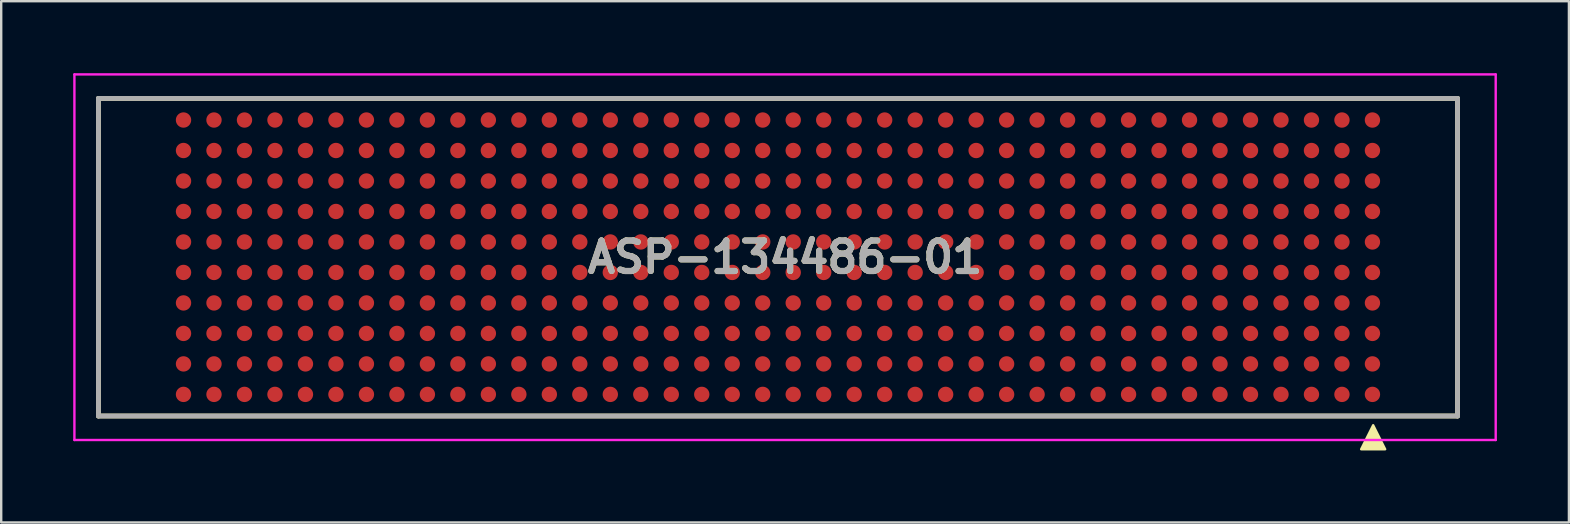
<source format=kicad_pcb>
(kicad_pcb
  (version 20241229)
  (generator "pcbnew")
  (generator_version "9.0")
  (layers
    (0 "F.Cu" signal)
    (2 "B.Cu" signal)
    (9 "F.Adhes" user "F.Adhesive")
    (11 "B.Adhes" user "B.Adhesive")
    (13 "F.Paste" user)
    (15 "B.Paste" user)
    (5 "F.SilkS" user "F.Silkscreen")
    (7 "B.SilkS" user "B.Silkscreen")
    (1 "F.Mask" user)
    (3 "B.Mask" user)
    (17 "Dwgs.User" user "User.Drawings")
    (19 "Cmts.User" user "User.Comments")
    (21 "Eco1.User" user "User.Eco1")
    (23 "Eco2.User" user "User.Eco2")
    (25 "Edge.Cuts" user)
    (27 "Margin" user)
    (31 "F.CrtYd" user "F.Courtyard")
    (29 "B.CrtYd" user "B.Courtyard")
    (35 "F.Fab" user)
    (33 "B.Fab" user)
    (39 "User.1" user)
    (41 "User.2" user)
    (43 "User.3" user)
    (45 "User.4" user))
  (footprint "ASP-134486-01"
    (layer "F.Cu")
    (at 29.655 7.665)
    (property "Reference" "ASP-134486-01" (at 0 0 0) (layer "F.SilkS") (effects (font (size 1.27 1.27) (thickness 0.254))))
    (attr through_hole)
    (fp_line (start -28.605 -6.615) (end 28.015 -6.615) (stroke (width 0.2) (type solid)) (layer "F.SilkS"))
    (fp_line (start -28.605 6.615) (end -28.605 -6.615) (stroke (width 0.2) (type solid)) (layer "F.SilkS"))
    (fp_line (start 28.015 -6.615) (end 28.015 6.615) (stroke (width 0.2) (type solid)) (layer "F.SilkS"))
    (fp_line (start 28.015 6.615) (end -28.605 6.615) (stroke (width 0.2) (type solid)) (layer "F.SilkS"))
    (fp_poly (pts (xy 25 8) (xy 24 8) (xy 24.5 7)) (stroke (width 0.1) (type solid)) (fill yes) (layer "F.SilkS"))
    (fp_line (start -29.605 -7.615) (end 29.605 -7.615) (stroke (width 0.1) (type solid)) (layer "F.CrtYd"))
    (fp_line (start -29.605 7.615) (end -29.605 -7.615) (stroke (width 0.1) (type solid)) (layer "F.CrtYd"))
    (fp_line (start 29.605 -7.615) (end 29.605 7.615) (stroke (width 0.1) (type solid)) (layer "F.CrtYd"))
    (fp_line (start 29.605 7.615) (end -29.605 7.615) (stroke (width 0.1) (type solid)) (layer "F.CrtYd"))
    (fp_line (start -28.605 -6.615) (end 28.015 -6.615) (stroke (width 0.2) (type solid)) (layer "F.Fab"))
    (fp_line (start -28.605 6.615) (end -28.605 -6.615) (stroke (width 0.2) (type solid)) (layer "F.Fab"))
    (fp_line (start 28.015 -6.615) (end 28.015 6.615) (stroke (width 0.2) (type solid)) (layer "F.Fab"))
    (fp_line (start 28.015 6.615) (end -28.605 6.615) (stroke (width 0.2) (type solid)) (layer "F.Fab"))
    (fp_text user "${REFERENCE}" (at 0 0 0) (layer "F.Fab") (effects (font (size 1.27 1.27) (thickness 0.254))))
    (pad "" np_thru_hole circle (at -27.485 0) (size 0.001 0.001) (drill 1.27) (layers "*.Cu" "*.Mask"))
    (pad "" np_thru_hole circle (at 26.895 3.05) (size 0.001 0.001) (drill 1.27) (layers "*.Cu" "*.Mask"))
    (pad "A1" smd circle (at 24.47 5.715 90) (size 0.64 0.64) (layers "F.Cu" "F.Mask" "F.Paste"))
    (pad "A2" smd circle (at 23.2 5.715 90) (size 0.64 0.64) (layers "F.Cu" "F.Mask" "F.Paste"))
    (pad "A3" smd circle (at 21.93 5.715 90) (size 0.64 0.64) (layers "F.Cu" "F.Mask" "F.Paste"))
    (pad "A4" smd circle (at 20.66 5.715 90) (size 0.64 0.64) (layers "F.Cu" "F.Mask" "F.Paste"))
    (pad "A5" smd circle (at 19.39 5.715 90) (size 0.64 0.64) (layers "F.Cu" "F.Mask" "F.Paste"))
    (pad "A6" smd circle (at 18.12 5.715 90) (size 0.64 0.64) (layers "F.Cu" "F.Mask" "F.Paste"))
    (pad "A7" smd circle (at 16.85 5.715 90) (size 0.64 0.64) (layers "F.Cu" "F.Mask" "F.Paste"))
    (pad "A8" smd circle (at 15.58 5.715 90) (size 0.64 0.64) (layers "F.Cu" "F.Mask" "F.Paste"))
    (pad "A9" smd circle (at 14.31 5.715 90) (size 0.64 0.64) (layers "F.Cu" "F.Mask" "F.Paste"))
    (pad "A10" smd circle (at 13.04 5.715 90) (size 0.64 0.64) (layers "F.Cu" "F.Mask" "F.Paste"))
    (pad "A11" smd circle (at 11.77 5.715 90) (size 0.64 0.64) (layers "F.Cu" "F.Mask" "F.Paste"))
    (pad "A12" smd circle (at 10.5 5.715 90) (size 0.64 0.64) (layers "F.Cu" "F.Mask" "F.Paste"))
    (pad "A13" smd circle (at 9.23 5.715 90) (size 0.64 0.64) (layers "F.Cu" "F.Mask" "F.Paste"))
    (pad "A14" smd circle (at 7.96 5.715 90) (size 0.64 0.64) (layers "F.Cu" "F.Mask" "F.Paste"))
    (pad "A15" smd circle (at 6.69 5.715 90) (size 0.64 0.64) (layers "F.Cu" "F.Mask" "F.Paste"))
    (pad "A16" smd circle (at 5.42 5.715 90) (size 0.64 0.64) (layers "F.Cu" "F.Mask" "F.Paste"))
    (pad "A17" smd circle (at 4.15 5.715 90) (size 0.64 0.64) (layers "F.Cu" "F.Mask" "F.Paste"))
    (pad "A18" smd circle (at 2.88 5.715 90) (size 0.64 0.64) (layers "F.Cu" "F.Mask" "F.Paste"))
    (pad "A19" smd circle (at 1.61 5.715 90) (size 0.64 0.64) (layers "F.Cu" "F.Mask" "F.Paste"))
    (pad "A20" smd circle (at 0.34 5.715 90) (size 0.64 0.64) (layers "F.Cu" "F.Mask" "F.Paste"))
    (pad "A21" smd circle (at -0.93 5.715 90) (size 0.64 0.64) (layers "F.Cu" "F.Mask" "F.Paste"))
    (pad "A22" smd circle (at -2.2 5.715 90) (size 0.64 0.64) (layers "F.Cu" "F.Mask" "F.Paste"))
    (pad "A23" smd circle (at -3.47 5.715 90) (size 0.64 0.64) (layers "F.Cu" "F.Mask" "F.Paste"))
    (pad "A24" smd circle (at -4.74 5.715 90) (size 0.64 0.64) (layers "F.Cu" "F.Mask" "F.Paste"))
    (pad "A25" smd circle (at -6.01 5.715 90) (size 0.64 0.64) (layers "F.Cu" "F.Mask" "F.Paste"))
    (pad "A26" smd circle (at -7.28 5.715 90) (size 0.64 0.64) (layers "F.Cu" "F.Mask" "F.Paste"))
    (pad "A27" smd circle (at -8.55 5.715 90) (size 0.64 0.64) (layers "F.Cu" "F.Mask" "F.Paste"))
    (pad "A28" smd circle (at -9.82 5.715 90) (size 0.64 0.64) (layers "F.Cu" "F.Mask" "F.Paste"))
    (pad "A29" smd circle (at -11.09 5.715 90) (size 0.64 0.64) (layers "F.Cu" "F.Mask" "F.Paste"))
    (pad "A30" smd circle (at -12.36 5.715 90) (size 0.64 0.64) (layers "F.Cu" "F.Mask" "F.Paste"))
    (pad "A31" smd circle (at -13.63 5.715 90) (size 0.64 0.64) (layers "F.Cu" "F.Mask" "F.Paste"))
    (pad "A32" smd circle (at -14.9 5.715 90) (size 0.64 0.64) (layers "F.Cu" "F.Mask" "F.Paste"))
    (pad "A33" smd circle (at -16.17 5.715 90) (size 0.64 0.64) (layers "F.Cu" "F.Mask" "F.Paste"))
    (pad "A34" smd circle (at -17.44 5.715 90) (size 0.64 0.64) (layers "F.Cu" "F.Mask" "F.Paste"))
    (pad "A35" smd circle (at -18.71 5.715 90) (size 0.64 0.64) (layers "F.Cu" "F.Mask" "F.Paste"))
    (pad "A36" smd circle (at -19.98 5.715 90) (size 0.64 0.64) (layers "F.Cu" "F.Mask" "F.Paste"))
    (pad "A37" smd circle (at -21.25 5.715 90) (size 0.64 0.64) (layers "F.Cu" "F.Mask" "F.Paste"))
    (pad "A38" smd circle (at -22.52 5.715 90) (size 0.64 0.64) (layers "F.Cu" "F.Mask" "F.Paste"))
    (pad "A39" smd circle (at -23.79 5.715 90) (size 0.64 0.64) (layers "F.Cu" "F.Mask" "F.Paste"))
    (pad "A40" smd circle (at -25.06 5.715 90) (size 0.64 0.64) (layers "F.Cu" "F.Mask" "F.Paste"))
    (pad "B1" smd circle (at 24.47 4.445 90) (size 0.64 0.64) (layers "F.Cu" "F.Mask" "F.Paste"))
    (pad "B2" smd circle (at 23.2 4.445 90) (size 0.64 0.64) (layers "F.Cu" "F.Mask" "F.Paste"))
    (pad "B3" smd circle (at 21.93 4.445 90) (size 0.64 0.64) (layers "F.Cu" "F.Mask" "F.Paste"))
    (pad "B4" smd circle (at 20.66 4.445 90) (size 0.64 0.64) (layers "F.Cu" "F.Mask" "F.Paste"))
    (pad "B5" smd circle (at 19.39 4.445 90) (size 0.64 0.64) (layers "F.Cu" "F.Mask" "F.Paste"))
    (pad "B6" smd circle (at 18.12 4.445 90) (size 0.64 0.64) (layers "F.Cu" "F.Mask" "F.Paste"))
    (pad "B7" smd circle (at 16.85 4.445 90) (size 0.64 0.64) (layers "F.Cu" "F.Mask" "F.Paste"))
    (pad "B8" smd circle (at 15.58 4.445 90) (size 0.64 0.64) (layers "F.Cu" "F.Mask" "F.Paste"))
    (pad "B9" smd circle (at 14.31 4.445 90) (size 0.64 0.64) (layers "F.Cu" "F.Mask" "F.Paste"))
    (pad "B10" smd circle (at 13.04 4.445 90) (size 0.64 0.64) (layers "F.Cu" "F.Mask" "F.Paste"))
    (pad "B11" smd circle (at 11.77 4.445 90) (size 0.64 0.64) (layers "F.Cu" "F.Mask" "F.Paste"))
    (pad "B12" smd circle (at 10.5 4.445 90) (size 0.64 0.64) (layers "F.Cu" "F.Mask" "F.Paste"))
    (pad "B13" smd circle (at 9.23 4.445 90) (size 0.64 0.64) (layers "F.Cu" "F.Mask" "F.Paste"))
    (pad "B14" smd circle (at 7.96 4.445 90) (size 0.64 0.64) (layers "F.Cu" "F.Mask" "F.Paste"))
    (pad "B15" smd circle (at 6.69 4.445 90) (size 0.64 0.64) (layers "F.Cu" "F.Mask" "F.Paste"))
    (pad "B16" smd circle (at 5.42 4.445 90) (size 0.64 0.64) (layers "F.Cu" "F.Mask" "F.Paste"))
    (pad "B17" smd circle (at 4.15 4.445 90) (size 0.64 0.64) (layers "F.Cu" "F.Mask" "F.Paste"))
    (pad "B18" smd circle (at 2.88 4.445 90) (size 0.64 0.64) (layers "F.Cu" "F.Mask" "F.Paste"))
    (pad "B19" smd circle (at 1.61 4.445 90) (size 0.64 0.64) (layers "F.Cu" "F.Mask" "F.Paste"))
    (pad "B20" smd circle (at 0.34 4.445 90) (size 0.64 0.64) (layers "F.Cu" "F.Mask" "F.Paste"))
    (pad "B21" smd circle (at -0.93 4.445 90) (size 0.64 0.64) (layers "F.Cu" "F.Mask" "F.Paste"))
    (pad "B22" smd circle (at -2.2 4.445 90) (size 0.64 0.64) (layers "F.Cu" "F.Mask" "F.Paste"))
    (pad "B23" smd circle (at -3.47 4.445 90) (size 0.64 0.64) (layers "F.Cu" "F.Mask" "F.Paste"))
    (pad "B24" smd circle (at -4.74 4.445 90) (size 0.64 0.64) (layers "F.Cu" "F.Mask" "F.Paste"))
    (pad "B25" smd circle (at -6.01 4.445 90) (size 0.64 0.64) (layers "F.Cu" "F.Mask" "F.Paste"))
    (pad "B26" smd circle (at -7.28 4.445 90) (size 0.64 0.64) (layers "F.Cu" "F.Mask" "F.Paste"))
    (pad "B27" smd circle (at -8.55 4.445 90) (size 0.64 0.64) (layers "F.Cu" "F.Mask" "F.Paste"))
    (pad "B28" smd circle (at -9.82 4.445 90) (size 0.64 0.64) (layers "F.Cu" "F.Mask" "F.Paste"))
    (pad "B29" smd circle (at -11.09 4.445 90) (size 0.64 0.64) (layers "F.Cu" "F.Mask" "F.Paste"))
    (pad "B30" smd circle (at -12.36 4.445 90) (size 0.64 0.64) (layers "F.Cu" "F.Mask" "F.Paste"))
    (pad "B31" smd circle (at -13.63 4.445 90) (size 0.64 0.64) (layers "F.Cu" "F.Mask" "F.Paste"))
    (pad "B32" smd circle (at -14.9 4.445 90) (size 0.64 0.64) (layers "F.Cu" "F.Mask" "F.Paste"))
    (pad "B33" smd circle (at -16.17 4.445 90) (size 0.64 0.64) (layers "F.Cu" "F.Mask" "F.Paste"))
    (pad "B34" smd circle (at -17.44 4.445 90) (size 0.64 0.64) (layers "F.Cu" "F.Mask" "F.Paste"))
    (pad "B35" smd circle (at -18.71 4.445 90) (size 0.64 0.64) (layers "F.Cu" "F.Mask" "F.Paste"))
    (pad "B36" smd circle (at -19.98 4.445 90) (size 0.64 0.64) (layers "F.Cu" "F.Mask" "F.Paste"))
    (pad "B37" smd circle (at -21.25 4.445 90) (size 0.64 0.64) (layers "F.Cu" "F.Mask" "F.Paste"))
    (pad "B38" smd circle (at -22.52 4.445 90) (size 0.64 0.64) (layers "F.Cu" "F.Mask" "F.Paste"))
    (pad "B39" smd circle (at -23.79 4.445 90) (size 0.64 0.64) (layers "F.Cu" "F.Mask" "F.Paste"))
    (pad "B40" smd circle (at -25.06 4.445 90) (size 0.64 0.64) (layers "F.Cu" "F.Mask" "F.Paste"))
    (pad "C1" smd circle (at 24.47 3.175 90) (size 0.64 0.64) (layers "F.Cu" "F.Mask" "F.Paste"))
    (pad "C2" smd circle (at 23.2 3.175 90) (size 0.64 0.64) (layers "F.Cu" "F.Mask" "F.Paste"))
    (pad "C3" smd circle (at 21.93 3.175 90) (size 0.64 0.64) (layers "F.Cu" "F.Mask" "F.Paste"))
    (pad "C4" smd circle (at 20.66 3.175 90) (size 0.64 0.64) (layers "F.Cu" "F.Mask" "F.Paste"))
    (pad "C5" smd circle (at 19.39 3.175 90) (size 0.64 0.64) (layers "F.Cu" "F.Mask" "F.Paste"))
    (pad "C6" smd circle (at 18.12 3.175 90) (size 0.64 0.64) (layers "F.Cu" "F.Mask" "F.Paste"))
    (pad "C7" smd circle (at 16.85 3.175 90) (size 0.64 0.64) (layers "F.Cu" "F.Mask" "F.Paste"))
    (pad "C8" smd circle (at 15.58 3.175 90) (size 0.64 0.64) (layers "F.Cu" "F.Mask" "F.Paste"))
    (pad "C9" smd circle (at 14.31 3.175 90) (size 0.64 0.64) (layers "F.Cu" "F.Mask" "F.Paste"))
    (pad "C10" smd circle (at 13.04 3.175 90) (size 0.64 0.64) (layers "F.Cu" "F.Mask" "F.Paste"))
    (pad "C11" smd circle (at 11.77 3.175 90) (size 0.64 0.64) (layers "F.Cu" "F.Mask" "F.Paste"))
    (pad "C12" smd circle (at 10.5 3.175 90) (size 0.64 0.64) (layers "F.Cu" "F.Mask" "F.Paste"))
    (pad "C13" smd circle (at 9.23 3.175 90) (size 0.64 0.64) (layers "F.Cu" "F.Mask" "F.Paste"))
    (pad "C14" smd circle (at 7.96 3.175 90) (size 0.64 0.64) (layers "F.Cu" "F.Mask" "F.Paste"))
    (pad "C15" smd circle (at 6.69 3.175 90) (size 0.64 0.64) (layers "F.Cu" "F.Mask" "F.Paste"))
    (pad "C16" smd circle (at 5.42 3.175 90) (size 0.64 0.64) (layers "F.Cu" "F.Mask" "F.Paste"))
    (pad "C17" smd circle (at 4.15 3.175 90) (size 0.64 0.64) (layers "F.Cu" "F.Mask" "F.Paste"))
    (pad "C18" smd circle (at 2.88 3.175 90) (size 0.64 0.64) (layers "F.Cu" "F.Mask" "F.Paste"))
    (pad "C19" smd circle (at 1.61 3.175 90) (size 0.64 0.64) (layers "F.Cu" "F.Mask" "F.Paste"))
    (pad "C20" smd circle (at 0.34 3.175 90) (size 0.64 0.64) (layers "F.Cu" "F.Mask" "F.Paste"))
    (pad "C21" smd circle (at -0.93 3.175 90) (size 0.64 0.64) (layers "F.Cu" "F.Mask" "F.Paste"))
    (pad "C22" smd circle (at -2.2 3.175 90) (size 0.64 0.64) (layers "F.Cu" "F.Mask" "F.Paste"))
    (pad "C23" smd circle (at -3.47 3.175 90) (size 0.64 0.64) (layers "F.Cu" "F.Mask" "F.Paste"))
    (pad "C24" smd circle (at -4.74 3.175 90) (size 0.64 0.64) (layers "F.Cu" "F.Mask" "F.Paste"))
    (pad "C25" smd circle (at -6.01 3.175 90) (size 0.64 0.64) (layers "F.Cu" "F.Mask" "F.Paste"))
    (pad "C26" smd circle (at -7.28 3.175 90) (size 0.64 0.64) (layers "F.Cu" "F.Mask" "F.Paste"))
    (pad "C27" smd circle (at -8.55 3.175 90) (size 0.64 0.64) (layers "F.Cu" "F.Mask" "F.Paste"))
    (pad "C28" smd circle (at -9.82 3.175 90) (size 0.64 0.64) (layers "F.Cu" "F.Mask" "F.Paste"))
    (pad "C29" smd circle (at -11.09 3.175 90) (size 0.64 0.64) (layers "F.Cu" "F.Mask" "F.Paste"))
    (pad "C30" smd circle (at -12.36 3.175 90) (size 0.64 0.64) (layers "F.Cu" "F.Mask" "F.Paste"))
    (pad "C31" smd circle (at -13.63 3.175 90) (size 0.64 0.64) (layers "F.Cu" "F.Mask" "F.Paste"))
    (pad "C32" smd circle (at -14.9 3.175 90) (size 0.64 0.64) (layers "F.Cu" "F.Mask" "F.Paste"))
    (pad "C33" smd circle (at -16.17 3.175 90) (size 0.64 0.64) (layers "F.Cu" "F.Mask" "F.Paste"))
    (pad "C34" smd circle (at -17.44 3.175 90) (size 0.64 0.64) (layers "F.Cu" "F.Mask" "F.Paste"))
    (pad "C35" smd circle (at -18.71 3.175 90) (size 0.64 0.64) (layers "F.Cu" "F.Mask" "F.Paste"))
    (pad "C36" smd circle (at -19.98 3.175 90) (size 0.64 0.64) (layers "F.Cu" "F.Mask" "F.Paste"))
    (pad "C37" smd circle (at -21.25 3.175 90) (size 0.64 0.64) (layers "F.Cu" "F.Mask" "F.Paste"))
    (pad "C38" smd circle (at -22.52 3.175 90) (size 0.64 0.64) (layers "F.Cu" "F.Mask" "F.Paste"))
    (pad "C39" smd circle (at -23.79 3.175 90) (size 0.64 0.64) (layers "F.Cu" "F.Mask" "F.Paste"))
    (pad "C40" smd circle (at -25.06 3.175 90) (size 0.64 0.64) (layers "F.Cu" "F.Mask" "F.Paste"))
    (pad "D1" smd circle (at 24.47 1.905 90) (size 0.64 0.64) (layers "F.Cu" "F.Mask" "F.Paste"))
    (pad "D2" smd circle (at 23.2 1.905 90) (size 0.64 0.64) (layers "F.Cu" "F.Mask" "F.Paste"))
    (pad "D3" smd circle (at 21.93 1.905 90) (size 0.64 0.64) (layers "F.Cu" "F.Mask" "F.Paste"))
    (pad "D4" smd circle (at 20.66 1.905 90) (size 0.64 0.64) (layers "F.Cu" "F.Mask" "F.Paste"))
    (pad "D5" smd circle (at 19.39 1.905 90) (size 0.64 0.64) (layers "F.Cu" "F.Mask" "F.Paste"))
    (pad "D6" smd circle (at 18.12 1.905 90) (size 0.64 0.64) (layers "F.Cu" "F.Mask" "F.Paste"))
    (pad "D7" smd circle (at 16.85 1.905 90) (size 0.64 0.64) (layers "F.Cu" "F.Mask" "F.Paste"))
    (pad "D8" smd circle (at 15.58 1.905 90) (size 0.64 0.64) (layers "F.Cu" "F.Mask" "F.Paste"))
    (pad "D9" smd circle (at 14.31 1.905 90) (size 0.64 0.64) (layers "F.Cu" "F.Mask" "F.Paste"))
    (pad "D10" smd circle (at 13.04 1.905 90) (size 0.64 0.64) (layers "F.Cu" "F.Mask" "F.Paste"))
    (pad "D11" smd circle (at 11.77 1.905 90) (size 0.64 0.64) (layers "F.Cu" "F.Mask" "F.Paste"))
    (pad "D12" smd circle (at 10.5 1.905 90) (size 0.64 0.64) (layers "F.Cu" "F.Mask" "F.Paste"))
    (pad "D13" smd circle (at 9.23 1.905 90) (size 0.64 0.64) (layers "F.Cu" "F.Mask" "F.Paste"))
    (pad "D14" smd circle (at 7.96 1.905 90) (size 0.64 0.64) (layers "F.Cu" "F.Mask" "F.Paste"))
    (pad "D15" smd circle (at 6.69 1.905 90) (size 0.64 0.64) (layers "F.Cu" "F.Mask" "F.Paste"))
    (pad "D16" smd circle (at 5.42 1.905 90) (size 0.64 0.64) (layers "F.Cu" "F.Mask" "F.Paste"))
    (pad "D17" smd circle (at 4.15 1.905 90) (size 0.64 0.64) (layers "F.Cu" "F.Mask" "F.Paste"))
    (pad "D18" smd circle (at 2.88 1.905 90) (size 0.64 0.64) (layers "F.Cu" "F.Mask" "F.Paste"))
    (pad "D19" smd circle (at 1.61 1.905 90) (size 0.64 0.64) (layers "F.Cu" "F.Mask" "F.Paste"))
    (pad "D20" smd circle (at 0.34 1.905 90) (size 0.64 0.64) (layers "F.Cu" "F.Mask" "F.Paste"))
    (pad "D21" smd circle (at -0.93 1.905 90) (size 0.64 0.64) (layers "F.Cu" "F.Mask" "F.Paste"))
    (pad "D22" smd circle (at -2.2 1.905 90) (size 0.64 0.64) (layers "F.Cu" "F.Mask" "F.Paste"))
    (pad "D23" smd circle (at -3.47 1.905 90) (size 0.64 0.64) (layers "F.Cu" "F.Mask" "F.Paste"))
    (pad "D24" smd circle (at -4.74 1.905 90) (size 0.64 0.64) (layers "F.Cu" "F.Mask" "F.Paste"))
    (pad "D25" smd circle (at -6.01 1.905 90) (size 0.64 0.64) (layers "F.Cu" "F.Mask" "F.Paste"))
    (pad "D26" smd circle (at -7.28 1.905 90) (size 0.64 0.64) (layers "F.Cu" "F.Mask" "F.Paste"))
    (pad "D27" smd circle (at -8.55 1.905 90) (size 0.64 0.64) (layers "F.Cu" "F.Mask" "F.Paste"))
    (pad "D28" smd circle (at -9.82 1.905 90) (size 0.64 0.64) (layers "F.Cu" "F.Mask" "F.Paste"))
    (pad "D29" smd circle (at -11.09 1.905 90) (size 0.64 0.64) (layers "F.Cu" "F.Mask" "F.Paste"))
    (pad "D30" smd circle (at -12.36 1.905 90) (size 0.64 0.64) (layers "F.Cu" "F.Mask" "F.Paste"))
    (pad "D31" smd circle (at -13.63 1.905 90) (size 0.64 0.64) (layers "F.Cu" "F.Mask" "F.Paste"))
    (pad "D32" smd circle (at -14.9 1.905 90) (size 0.64 0.64) (layers "F.Cu" "F.Mask" "F.Paste"))
    (pad "D33" smd circle (at -16.17 1.905 90) (size 0.64 0.64) (layers "F.Cu" "F.Mask" "F.Paste"))
    (pad "D34" smd circle (at -17.44 1.905 90) (size 0.64 0.64) (layers "F.Cu" "F.Mask" "F.Paste"))
    (pad "D35" smd circle (at -18.71 1.905 90) (size 0.64 0.64) (layers "F.Cu" "F.Mask" "F.Paste"))
    (pad "D36" smd circle (at -19.98 1.905 90) (size 0.64 0.64) (layers "F.Cu" "F.Mask" "F.Paste"))
    (pad "D37" smd circle (at -21.25 1.905 90) (size 0.64 0.64) (layers "F.Cu" "F.Mask" "F.Paste"))
    (pad "D38" smd circle (at -22.52 1.905 90) (size 0.64 0.64) (layers "F.Cu" "F.Mask" "F.Paste"))
    (pad "D39" smd circle (at -23.79 1.905 90) (size 0.64 0.64) (layers "F.Cu" "F.Mask" "F.Paste"))
    (pad "D40" smd circle (at -25.06 1.905 90) (size 0.64 0.64) (layers "F.Cu" "F.Mask" "F.Paste"))
    (pad "E1" smd circle (at 24.47 0.635 90) (size 0.64 0.64) (layers "F.Cu" "F.Mask" "F.Paste"))
    (pad "E2" smd circle (at 23.2 0.635 90) (size 0.64 0.64) (layers "F.Cu" "F.Mask" "F.Paste"))
    (pad "E3" smd circle (at 21.93 0.635 90) (size 0.64 0.64) (layers "F.Cu" "F.Mask" "F.Paste"))
    (pad "E4" smd circle (at 20.66 0.635 90) (size 0.64 0.64) (layers "F.Cu" "F.Mask" "F.Paste"))
    (pad "E5" smd circle (at 19.39 0.635 90) (size 0.64 0.64) (layers "F.Cu" "F.Mask" "F.Paste"))
    (pad "E6" smd circle (at 18.12 0.635 90) (size 0.64 0.64) (layers "F.Cu" "F.Mask" "F.Paste"))
    (pad "E7" smd circle (at 16.85 0.635 90) (size 0.64 0.64) (layers "F.Cu" "F.Mask" "F.Paste"))
    (pad "E8" smd circle (at 15.58 0.635 90) (size 0.64 0.64) (layers "F.Cu" "F.Mask" "F.Paste"))
    (pad "E9" smd circle (at 14.31 0.635 90) (size 0.64 0.64) (layers "F.Cu" "F.Mask" "F.Paste"))
    (pad "E10" smd circle (at 13.04 0.635 90) (size 0.64 0.64) (layers "F.Cu" "F.Mask" "F.Paste"))
    (pad "E11" smd circle (at 11.77 0.635 90) (size 0.64 0.64) (layers "F.Cu" "F.Mask" "F.Paste"))
    (pad "E12" smd circle (at 10.5 0.635 90) (size 0.64 0.64) (layers "F.Cu" "F.Mask" "F.Paste"))
    (pad "E13" smd circle (at 9.23 0.635 90) (size 0.64 0.64) (layers "F.Cu" "F.Mask" "F.Paste"))
    (pad "E14" smd circle (at 7.96 0.635 90) (size 0.64 0.64) (layers "F.Cu" "F.Mask" "F.Paste"))
    (pad "E15" smd circle (at 6.69 0.635 90) (size 0.64 0.64) (layers "F.Cu" "F.Mask" "F.Paste"))
    (pad "E16" smd circle (at 5.42 0.635 90) (size 0.64 0.64) (layers "F.Cu" "F.Mask" "F.Paste"))
    (pad "E17" smd circle (at 4.15 0.635 90) (size 0.64 0.64) (layers "F.Cu" "F.Mask" "F.Paste"))
    (pad "E18" smd circle (at 2.88 0.635 90) (size 0.64 0.64) (layers "F.Cu" "F.Mask" "F.Paste"))
    (pad "E19" smd circle (at 1.61 0.635 90) (size 0.64 0.64) (layers "F.Cu" "F.Mask" "F.Paste"))
    (pad "E20" smd circle (at 0.34 0.635 90) (size 0.64 0.64) (layers "F.Cu" "F.Mask" "F.Paste"))
    (pad "E21" smd circle (at -0.93 0.635 90) (size 0.64 0.64) (layers "F.Cu" "F.Mask" "F.Paste"))
    (pad "E22" smd circle (at -2.2 0.635 90) (size 0.64 0.64) (layers "F.Cu" "F.Mask" "F.Paste"))
    (pad "E23" smd circle (at -3.47 0.635 90) (size 0.64 0.64) (layers "F.Cu" "F.Mask" "F.Paste"))
    (pad "E24" smd circle (at -4.74 0.635 90) (size 0.64 0.64) (layers "F.Cu" "F.Mask" "F.Paste"))
    (pad "E25" smd circle (at -6.01 0.635 90) (size 0.64 0.64) (layers "F.Cu" "F.Mask" "F.Paste"))
    (pad "E26" smd circle (at -7.28 0.635 90) (size 0.64 0.64) (layers "F.Cu" "F.Mask" "F.Paste"))
    (pad "E27" smd circle (at -8.55 0.635 90) (size 0.64 0.64) (layers "F.Cu" "F.Mask" "F.Paste"))
    (pad "E28" smd circle (at -9.82 0.635 90) (size 0.64 0.64) (layers "F.Cu" "F.Mask" "F.Paste"))
    (pad "E29" smd circle (at -11.09 0.635 90) (size 0.64 0.64) (layers "F.Cu" "F.Mask" "F.Paste"))
    (pad "E30" smd circle (at -12.36 0.635 90) (size 0.64 0.64) (layers "F.Cu" "F.Mask" "F.Paste"))
    (pad "E31" smd circle (at -13.63 0.635 90) (size 0.64 0.64) (layers "F.Cu" "F.Mask" "F.Paste"))
    (pad "E32" smd circle (at -14.9 0.635 90) (size 0.64 0.64) (layers "F.Cu" "F.Mask" "F.Paste"))
    (pad "E33" smd circle (at -16.17 0.635 90) (size 0.64 0.64) (layers "F.Cu" "F.Mask" "F.Paste"))
    (pad "E34" smd circle (at -17.44 0.635 90) (size 0.64 0.64) (layers "F.Cu" "F.Mask" "F.Paste"))
    (pad "E35" smd circle (at -18.71 0.635 90) (size 0.64 0.64) (layers "F.Cu" "F.Mask" "F.Paste"))
    (pad "E36" smd circle (at -19.98 0.635 90) (size 0.64 0.64) (layers "F.Cu" "F.Mask" "F.Paste"))
    (pad "E37" smd circle (at -21.25 0.635 90) (size 0.64 0.64) (layers "F.Cu" "F.Mask" "F.Paste"))
    (pad "E38" smd circle (at -22.52 0.635 90) (size 0.64 0.64) (layers "F.Cu" "F.Mask" "F.Paste"))
    (pad "E39" smd circle (at -23.79 0.635 90) (size 0.64 0.64) (layers "F.Cu" "F.Mask" "F.Paste"))
    (pad "E40" smd circle (at -25.06 0.635 90) (size 0.64 0.64) (layers "F.Cu" "F.Mask" "F.Paste"))
    (pad "F1" smd circle (at 24.47 -0.635 90) (size 0.64 0.64) (layers "F.Cu" "F.Mask" "F.Paste"))
    (pad "F2" smd circle (at 23.2 -0.635 90) (size 0.64 0.64) (layers "F.Cu" "F.Mask" "F.Paste"))
    (pad "F3" smd circle (at 21.93 -0.635 90) (size 0.64 0.64) (layers "F.Cu" "F.Mask" "F.Paste"))
    (pad "F4" smd circle (at 20.66 -0.635 90) (size 0.64 0.64) (layers "F.Cu" "F.Mask" "F.Paste"))
    (pad "F5" smd circle (at 19.39 -0.635 90) (size 0.64 0.64) (layers "F.Cu" "F.Mask" "F.Paste"))
    (pad "F6" smd circle (at 18.12 -0.635 90) (size 0.64 0.64) (layers "F.Cu" "F.Mask" "F.Paste"))
    (pad "F7" smd circle (at 16.85 -0.635 90) (size 0.64 0.64) (layers "F.Cu" "F.Mask" "F.Paste"))
    (pad "F8" smd circle (at 15.58 -0.635 90) (size 0.64 0.64) (layers "F.Cu" "F.Mask" "F.Paste"))
    (pad "F9" smd circle (at 14.31 -0.635 90) (size 0.64 0.64) (layers "F.Cu" "F.Mask" "F.Paste"))
    (pad "F10" smd circle (at 13.04 -0.635 90) (size 0.64 0.64) (layers "F.Cu" "F.Mask" "F.Paste"))
    (pad "F11" smd circle (at 11.77 -0.635 90) (size 0.64 0.64) (layers "F.Cu" "F.Mask" "F.Paste"))
    (pad "F12" smd circle (at 10.5 -0.635 90) (size 0.64 0.64) (layers "F.Cu" "F.Mask" "F.Paste"))
    (pad "F13" smd circle (at 9.23 -0.635 90) (size 0.64 0.64) (layers "F.Cu" "F.Mask" "F.Paste"))
    (pad "F14" smd circle (at 7.96 -0.635 90) (size 0.64 0.64) (layers "F.Cu" "F.Mask" "F.Paste"))
    (pad "F15" smd circle (at 6.69 -0.635 90) (size 0.64 0.64) (layers "F.Cu" "F.Mask" "F.Paste"))
    (pad "F16" smd circle (at 5.42 -0.635 90) (size 0.64 0.64) (layers "F.Cu" "F.Mask" "F.Paste"))
    (pad "F17" smd circle (at 4.15 -0.635 90) (size 0.64 0.64) (layers "F.Cu" "F.Mask" "F.Paste"))
    (pad "F18" smd circle (at 2.88 -0.635 90) (size 0.64 0.64) (layers "F.Cu" "F.Mask" "F.Paste"))
    (pad "F19" smd circle (at 1.61 -0.635 90) (size 0.64 0.64) (layers "F.Cu" "F.Mask" "F.Paste"))
    (pad "F20" smd circle (at 0.34 -0.635 90) (size 0.64 0.64) (layers "F.Cu" "F.Mask" "F.Paste"))
    (pad "F21" smd circle (at -0.93 -0.635 90) (size 0.64 0.64) (layers "F.Cu" "F.Mask" "F.Paste"))
    (pad "F22" smd circle (at -2.2 -0.635 90) (size 0.64 0.64) (layers "F.Cu" "F.Mask" "F.Paste"))
    (pad "F23" smd circle (at -3.47 -0.635 90) (size 0.64 0.64) (layers "F.Cu" "F.Mask" "F.Paste"))
    (pad "F24" smd circle (at -4.74 -0.635 90) (size 0.64 0.64) (layers "F.Cu" "F.Mask" "F.Paste"))
    (pad "F25" smd circle (at -6.01 -0.635 90) (size 0.64 0.64) (layers "F.Cu" "F.Mask" "F.Paste"))
    (pad "F26" smd circle (at -7.28 -0.635 90) (size 0.64 0.64) (layers "F.Cu" "F.Mask" "F.Paste"))
    (pad "F27" smd circle (at -8.55 -0.635 90) (size 0.64 0.64) (layers "F.Cu" "F.Mask" "F.Paste"))
    (pad "F28" smd circle (at -9.82 -0.635 90) (size 0.64 0.64) (layers "F.Cu" "F.Mask" "F.Paste"))
    (pad "F29" smd circle (at -11.09 -0.635 90) (size 0.64 0.64) (layers "F.Cu" "F.Mask" "F.Paste"))
    (pad "F30" smd circle (at -12.36 -0.635 90) (size 0.64 0.64) (layers "F.Cu" "F.Mask" "F.Paste"))
    (pad "F31" smd circle (at -13.63 -0.635 90) (size 0.64 0.64) (layers "F.Cu" "F.Mask" "F.Paste"))
    (pad "F32" smd circle (at -14.9 -0.635 90) (size 0.64 0.64) (layers "F.Cu" "F.Mask" "F.Paste"))
    (pad "F33" smd circle (at -16.17 -0.635 90) (size 0.64 0.64) (layers "F.Cu" "F.Mask" "F.Paste"))
    (pad "F34" smd circle (at -17.44 -0.635 90) (size 0.64 0.64) (layers "F.Cu" "F.Mask" "F.Paste"))
    (pad "F35" smd circle (at -18.71 -0.635 90) (size 0.64 0.64) (layers "F.Cu" "F.Mask" "F.Paste"))
    (pad "F36" smd circle (at -19.98 -0.635 90) (size 0.64 0.64) (layers "F.Cu" "F.Mask" "F.Paste"))
    (pad "F37" smd circle (at -21.25 -0.635 90) (size 0.64 0.64) (layers "F.Cu" "F.Mask" "F.Paste"))
    (pad "F38" smd circle (at -22.52 -0.635 90) (size 0.64 0.64) (layers "F.Cu" "F.Mask" "F.Paste"))
    (pad "F39" smd circle (at -23.79 -0.635 90) (size 0.64 0.64) (layers "F.Cu" "F.Mask" "F.Paste"))
    (pad "F40" smd circle (at -25.06 -0.635 90) (size 0.64 0.64) (layers "F.Cu" "F.Mask" "F.Paste"))
    (pad "G1" smd circle (at 24.47 -1.905 90) (size 0.64 0.64) (layers "F.Cu" "F.Mask" "F.Paste"))
    (pad "G2" smd circle (at 23.2 -1.905 90) (size 0.64 0.64) (layers "F.Cu" "F.Mask" "F.Paste"))
    (pad "G3" smd circle (at 21.93 -1.905 90) (size 0.64 0.64) (layers "F.Cu" "F.Mask" "F.Paste"))
    (pad "G4" smd circle (at 20.66 -1.905 90) (size 0.64 0.64) (layers "F.Cu" "F.Mask" "F.Paste"))
    (pad "G5" smd circle (at 19.39 -1.905 90) (size 0.64 0.64) (layers "F.Cu" "F.Mask" "F.Paste"))
    (pad "G6" smd circle (at 18.12 -1.905 90) (size 0.64 0.64) (layers "F.Cu" "F.Mask" "F.Paste"))
    (pad "G7" smd circle (at 16.85 -1.905 90) (size 0.64 0.64) (layers "F.Cu" "F.Mask" "F.Paste"))
    (pad "G8" smd circle (at 15.58 -1.905 90) (size 0.64 0.64) (layers "F.Cu" "F.Mask" "F.Paste"))
    (pad "G9" smd circle (at 14.31 -1.905 90) (size 0.64 0.64) (layers "F.Cu" "F.Mask" "F.Paste"))
    (pad "G10" smd circle (at 13.04 -1.905 90) (size 0.64 0.64) (layers "F.Cu" "F.Mask" "F.Paste"))
    (pad "G11" smd circle (at 11.77 -1.905 90) (size 0.64 0.64) (layers "F.Cu" "F.Mask" "F.Paste"))
    (pad "G12" smd circle (at 10.5 -1.905 90) (size 0.64 0.64) (layers "F.Cu" "F.Mask" "F.Paste"))
    (pad "G13" smd circle (at 9.23 -1.905 90) (size 0.64 0.64) (layers "F.Cu" "F.Mask" "F.Paste"))
    (pad "G14" smd circle (at 7.96 -1.905 90) (size 0.64 0.64) (layers "F.Cu" "F.Mask" "F.Paste"))
    (pad "G15" smd circle (at 6.69 -1.905 90) (size 0.64 0.64) (layers "F.Cu" "F.Mask" "F.Paste"))
    (pad "G16" smd circle (at 5.42 -1.905 90) (size 0.64 0.64) (layers "F.Cu" "F.Mask" "F.Paste"))
    (pad "G17" smd circle (at 4.15 -1.905 90) (size 0.64 0.64) (layers "F.Cu" "F.Mask" "F.Paste"))
    (pad "G18" smd circle (at 2.88 -1.905 90) (size 0.64 0.64) (layers "F.Cu" "F.Mask" "F.Paste"))
    (pad "G19" smd circle (at 1.61 -1.905 90) (size 0.64 0.64) (layers "F.Cu" "F.Mask" "F.Paste"))
    (pad "G20" smd circle (at 0.34 -1.905 90) (size 0.64 0.64) (layers "F.Cu" "F.Mask" "F.Paste"))
    (pad "G21" smd circle (at -0.93 -1.905 90) (size 0.64 0.64) (layers "F.Cu" "F.Mask" "F.Paste"))
    (pad "G22" smd circle (at -2.2 -1.905 90) (size 0.64 0.64) (layers "F.Cu" "F.Mask" "F.Paste"))
    (pad "G23" smd circle (at -3.47 -1.905 90) (size 0.64 0.64) (layers "F.Cu" "F.Mask" "F.Paste"))
    (pad "G24" smd circle (at -4.74 -1.905 90) (size 0.64 0.64) (layers "F.Cu" "F.Mask" "F.Paste"))
    (pad "G25" smd circle (at -6.01 -1.905 90) (size 0.64 0.64) (layers "F.Cu" "F.Mask" "F.Paste"))
    (pad "G26" smd circle (at -7.28 -1.905 90) (size 0.64 0.64) (layers "F.Cu" "F.Mask" "F.Paste"))
    (pad "G27" smd circle (at -8.55 -1.905 90) (size 0.64 0.64) (layers "F.Cu" "F.Mask" "F.Paste"))
    (pad "G28" smd circle (at -9.82 -1.905 90) (size 0.64 0.64) (layers "F.Cu" "F.Mask" "F.Paste"))
    (pad "G29" smd circle (at -11.09 -1.905 90) (size 0.64 0.64) (layers "F.Cu" "F.Mask" "F.Paste"))
    (pad "G30" smd circle (at -12.36 -1.905 90) (size 0.64 0.64) (layers "F.Cu" "F.Mask" "F.Paste"))
    (pad "G31" smd circle (at -13.63 -1.905 90) (size 0.64 0.64) (layers "F.Cu" "F.Mask" "F.Paste"))
    (pad "G32" smd circle (at -14.9 -1.905 90) (size 0.64 0.64) (layers "F.Cu" "F.Mask" "F.Paste"))
    (pad "G33" smd circle (at -16.17 -1.905 90) (size 0.64 0.64) (layers "F.Cu" "F.Mask" "F.Paste"))
    (pad "G34" smd circle (at -17.44 -1.905 90) (size 0.64 0.64) (layers "F.Cu" "F.Mask" "F.Paste"))
    (pad "G35" smd circle (at -18.71 -1.905 90) (size 0.64 0.64) (layers "F.Cu" "F.Mask" "F.Paste"))
    (pad "G36" smd circle (at -19.98 -1.905 90) (size 0.64 0.64) (layers "F.Cu" "F.Mask" "F.Paste"))
    (pad "G37" smd circle (at -21.25 -1.905 90) (size 0.64 0.64) (layers "F.Cu" "F.Mask" "F.Paste"))
    (pad "G38" smd circle (at -22.52 -1.905 90) (size 0.64 0.64) (layers "F.Cu" "F.Mask" "F.Paste"))
    (pad "G39" smd circle (at -23.79 -1.905 90) (size 0.64 0.64) (layers "F.Cu" "F.Mask" "F.Paste"))
    (pad "G40" smd circle (at -25.06 -1.905 90) (size 0.64 0.64) (layers "F.Cu" "F.Mask" "F.Paste"))
    (pad "H1" smd circle (at 24.47 -3.175 90) (size 0.64 0.64) (layers "F.Cu" "F.Mask" "F.Paste"))
    (pad "H2" smd circle (at 23.2 -3.175 90) (size 0.64 0.64) (layers "F.Cu" "F.Mask" "F.Paste"))
    (pad "H3" smd circle (at 21.93 -3.175 90) (size 0.64 0.64) (layers "F.Cu" "F.Mask" "F.Paste"))
    (pad "H4" smd circle (at 20.66 -3.175 90) (size 0.64 0.64) (layers "F.Cu" "F.Mask" "F.Paste"))
    (pad "H5" smd circle (at 19.39 -3.175 90) (size 0.64 0.64) (layers "F.Cu" "F.Mask" "F.Paste"))
    (pad "H6" smd circle (at 18.12 -3.175 90) (size 0.64 0.64) (layers "F.Cu" "F.Mask" "F.Paste"))
    (pad "H7" smd circle (at 16.85 -3.175 90) (size 0.64 0.64) (layers "F.Cu" "F.Mask" "F.Paste"))
    (pad "H8" smd circle (at 15.58 -3.175 90) (size 0.64 0.64) (layers "F.Cu" "F.Mask" "F.Paste"))
    (pad "H9" smd circle (at 14.31 -3.175 90) (size 0.64 0.64) (layers "F.Cu" "F.Mask" "F.Paste"))
    (pad "H10" smd circle (at 13.04 -3.175 90) (size 0.64 0.64) (layers "F.Cu" "F.Mask" "F.Paste"))
    (pad "H11" smd circle (at 11.77 -3.175 90) (size 0.64 0.64) (layers "F.Cu" "F.Mask" "F.Paste"))
    (pad "H12" smd circle (at 10.5 -3.175 90) (size 0.64 0.64) (layers "F.Cu" "F.Mask" "F.Paste"))
    (pad "H13" smd circle (at 9.23 -3.175 90) (size 0.64 0.64) (layers "F.Cu" "F.Mask" "F.Paste"))
    (pad "H14" smd circle (at 7.96 -3.175 90) (size 0.64 0.64) (layers "F.Cu" "F.Mask" "F.Paste"))
    (pad "H15" smd circle (at 6.69 -3.175 90) (size 0.64 0.64) (layers "F.Cu" "F.Mask" "F.Paste"))
    (pad "H16" smd circle (at 5.42 -3.175 90) (size 0.64 0.64) (layers "F.Cu" "F.Mask" "F.Paste"))
    (pad "H17" smd circle (at 4.15 -3.175 90) (size 0.64 0.64) (layers "F.Cu" "F.Mask" "F.Paste"))
    (pad "H18" smd circle (at 2.88 -3.175 90) (size 0.64 0.64) (layers "F.Cu" "F.Mask" "F.Paste"))
    (pad "H19" smd circle (at 1.61 -3.175 90) (size 0.64 0.64) (layers "F.Cu" "F.Mask" "F.Paste"))
    (pad "H20" smd circle (at 0.34 -3.175 90) (size 0.64 0.64) (layers "F.Cu" "F.Mask" "F.Paste"))
    (pad "H21" smd circle (at -0.93 -3.175 90) (size 0.64 0.64) (layers "F.Cu" "F.Mask" "F.Paste"))
    (pad "H22" smd circle (at -2.2 -3.175 90) (size 0.64 0.64) (layers "F.Cu" "F.Mask" "F.Paste"))
    (pad "H23" smd circle (at -3.47 -3.175 90) (size 0.64 0.64) (layers "F.Cu" "F.Mask" "F.Paste"))
    (pad "H24" smd circle (at -4.74 -3.175 90) (size 0.64 0.64) (layers "F.Cu" "F.Mask" "F.Paste"))
    (pad "H25" smd circle (at -6.01 -3.175 90) (size 0.64 0.64) (layers "F.Cu" "F.Mask" "F.Paste"))
    (pad "H26" smd circle (at -7.28 -3.175 90) (size 0.64 0.64) (layers "F.Cu" "F.Mask" "F.Paste"))
    (pad "H27" smd circle (at -8.55 -3.175 90) (size 0.64 0.64) (layers "F.Cu" "F.Mask" "F.Paste"))
    (pad "H28" smd circle (at -9.82 -3.175 90) (size 0.64 0.64) (layers "F.Cu" "F.Mask" "F.Paste"))
    (pad "H29" smd circle (at -11.09 -3.175 90) (size 0.64 0.64) (layers "F.Cu" "F.Mask" "F.Paste"))
    (pad "H30" smd circle (at -12.36 -3.175 90) (size 0.64 0.64) (layers "F.Cu" "F.Mask" "F.Paste"))
    (pad "H31" smd circle (at -13.63 -3.175 90) (size 0.64 0.64) (layers "F.Cu" "F.Mask" "F.Paste"))
    (pad "H32" smd circle (at -14.9 -3.175 90) (size 0.64 0.64) (layers "F.Cu" "F.Mask" "F.Paste"))
    (pad "H33" smd circle (at -16.17 -3.175 90) (size 0.64 0.64) (layers "F.Cu" "F.Mask" "F.Paste"))
    (pad "H34" smd circle (at -17.44 -3.175 90) (size 0.64 0.64) (layers "F.Cu" "F.Mask" "F.Paste"))
    (pad "H35" smd circle (at -18.71 -3.175 90) (size 0.64 0.64) (layers "F.Cu" "F.Mask" "F.Paste"))
    (pad "H36" smd circle (at -19.98 -3.175 90) (size 0.64 0.64) (layers "F.Cu" "F.Mask" "F.Paste"))
    (pad "H37" smd circle (at -21.25 -3.175 90) (size 0.64 0.64) (layers "F.Cu" "F.Mask" "F.Paste"))
    (pad "H38" smd circle (at -22.52 -3.175 90) (size 0.64 0.64) (layers "F.Cu" "F.Mask" "F.Paste"))
    (pad "H39" smd circle (at -23.79 -3.175 90) (size 0.64 0.64) (layers "F.Cu" "F.Mask" "F.Paste"))
    (pad "H40" smd circle (at -25.06 -3.175 90) (size 0.64 0.64) (layers "F.Cu" "F.Mask" "F.Paste"))
    (pad "J1" smd circle (at 24.47 -4.445 90) (size 0.64 0.64) (layers "F.Cu" "F.Mask" "F.Paste"))
    (pad "J2" smd circle (at 23.2 -4.445 90) (size 0.64 0.64) (layers "F.Cu" "F.Mask" "F.Paste"))
    (pad "J3" smd circle (at 21.93 -4.445 90) (size 0.64 0.64) (layers "F.Cu" "F.Mask" "F.Paste"))
    (pad "J4" smd circle (at 20.66 -4.445 90) (size 0.64 0.64) (layers "F.Cu" "F.Mask" "F.Paste"))
    (pad "J5" smd circle (at 19.39 -4.445 90) (size 0.64 0.64) (layers "F.Cu" "F.Mask" "F.Paste"))
    (pad "J6" smd circle (at 18.12 -4.445 90) (size 0.64 0.64) (layers "F.Cu" "F.Mask" "F.Paste"))
    (pad "J7" smd circle (at 16.85 -4.445 90) (size 0.64 0.64) (layers "F.Cu" "F.Mask" "F.Paste"))
    (pad "J8" smd circle (at 15.58 -4.445 90) (size 0.64 0.64) (layers "F.Cu" "F.Mask" "F.Paste"))
    (pad "J9" smd circle (at 14.31 -4.445 90) (size 0.64 0.64) (layers "F.Cu" "F.Mask" "F.Paste"))
    (pad "J10" smd circle (at 13.04 -4.445 90) (size 0.64 0.64) (layers "F.Cu" "F.Mask" "F.Paste"))
    (pad "J11" smd circle (at 11.77 -4.445 90) (size 0.64 0.64) (layers "F.Cu" "F.Mask" "F.Paste"))
    (pad "J12" smd circle (at 10.5 -4.445 90) (size 0.64 0.64) (layers "F.Cu" "F.Mask" "F.Paste"))
    (pad "J13" smd circle (at 9.23 -4.445 90) (size 0.64 0.64) (layers "F.Cu" "F.Mask" "F.Paste"))
    (pad "J14" smd circle (at 7.96 -4.445 90) (size 0.64 0.64) (layers "F.Cu" "F.Mask" "F.Paste"))
    (pad "J15" smd circle (at 6.69 -4.445 90) (size 0.64 0.64) (layers "F.Cu" "F.Mask" "F.Paste"))
    (pad "J16" smd circle (at 5.42 -4.445 90) (size 0.64 0.64) (layers "F.Cu" "F.Mask" "F.Paste"))
    (pad "J17" smd circle (at 4.15 -4.445 90) (size 0.64 0.64) (layers "F.Cu" "F.Mask" "F.Paste"))
    (pad "J18" smd circle (at 2.88 -4.445 90) (size 0.64 0.64) (layers "F.Cu" "F.Mask" "F.Paste"))
    (pad "J19" smd circle (at 1.61 -4.445 90) (size 0.64 0.64) (layers "F.Cu" "F.Mask" "F.Paste"))
    (pad "J20" smd circle (at 0.34 -4.445 90) (size 0.64 0.64) (layers "F.Cu" "F.Mask" "F.Paste"))
    (pad "J21" smd circle (at -0.93 -4.445 90) (size 0.64 0.64) (layers "F.Cu" "F.Mask" "F.Paste"))
    (pad "J22" smd circle (at -2.2 -4.445 90) (size 0.64 0.64) (layers "F.Cu" "F.Mask" "F.Paste"))
    (pad "J23" smd circle (at -3.47 -4.445 90) (size 0.64 0.64) (layers "F.Cu" "F.Mask" "F.Paste"))
    (pad "J24" smd circle (at -4.74 -4.445 90) (size 0.64 0.64) (layers "F.Cu" "F.Mask" "F.Paste"))
    (pad "J25" smd circle (at -6.01 -4.445 90) (size 0.64 0.64) (layers "F.Cu" "F.Mask" "F.Paste"))
    (pad "J26" smd circle (at -7.28 -4.445 90) (size 0.64 0.64) (layers "F.Cu" "F.Mask" "F.Paste"))
    (pad "J27" smd circle (at -8.55 -4.445 90) (size 0.64 0.64) (layers "F.Cu" "F.Mask" "F.Paste"))
    (pad "J28" smd circle (at -9.82 -4.445 90) (size 0.64 0.64) (layers "F.Cu" "F.Mask" "F.Paste"))
    (pad "J29" smd circle (at -11.09 -4.445 90) (size 0.64 0.64) (layers "F.Cu" "F.Mask" "F.Paste"))
    (pad "J30" smd circle (at -12.36 -4.445 90) (size 0.64 0.64) (layers "F.Cu" "F.Mask" "F.Paste"))
    (pad "J31" smd circle (at -13.63 -4.445 90) (size 0.64 0.64) (layers "F.Cu" "F.Mask" "F.Paste"))
    (pad "J32" smd circle (at -14.9 -4.445 90) (size 0.64 0.64) (layers "F.Cu" "F.Mask" "F.Paste"))
    (pad "J33" smd circle (at -16.17 -4.445 90) (size 0.64 0.64) (layers "F.Cu" "F.Mask" "F.Paste"))
    (pad "J34" smd circle (at -17.44 -4.445 90) (size 0.64 0.64) (layers "F.Cu" "F.Mask" "F.Paste"))
    (pad "J35" smd circle (at -18.71 -4.445 90) (size 0.64 0.64) (layers "F.Cu" "F.Mask" "F.Paste"))
    (pad "J36" smd circle (at -19.98 -4.445 90) (size 0.64 0.64) (layers "F.Cu" "F.Mask" "F.Paste"))
    (pad "J37" smd circle (at -21.25 -4.445 90) (size 0.64 0.64) (layers "F.Cu" "F.Mask" "F.Paste"))
    (pad "J38" smd circle (at -22.52 -4.445 90) (size 0.64 0.64) (layers "F.Cu" "F.Mask" "F.Paste"))
    (pad "J39" smd circle (at -23.79 -4.445 90) (size 0.64 0.64) (layers "F.Cu" "F.Mask" "F.Paste"))
    (pad "J40" smd circle (at -25.06 -4.445 90) (size 0.64 0.64) (layers "F.Cu" "F.Mask" "F.Paste"))
    (pad "K1" smd circle (at 24.47 -5.715 90) (size 0.64 0.64) (layers "F.Cu" "F.Mask" "F.Paste"))
    (pad "K2" smd circle (at 23.2 -5.715 90) (size 0.64 0.64) (layers "F.Cu" "F.Mask" "F.Paste"))
    (pad "K3" smd circle (at 21.93 -5.715 90) (size 0.64 0.64) (layers "F.Cu" "F.Mask" "F.Paste"))
    (pad "K4" smd circle (at 20.66 -5.715 90) (size 0.64 0.64) (layers "F.Cu" "F.Mask" "F.Paste"))
    (pad "K5" smd circle (at 19.39 -5.715 90) (size 0.64 0.64) (layers "F.Cu" "F.Mask" "F.Paste"))
    (pad "K6" smd circle (at 18.12 -5.715 90) (size 0.64 0.64) (layers "F.Cu" "F.Mask" "F.Paste"))
    (pad "K7" smd circle (at 16.85 -5.715 90) (size 0.64 0.64) (layers "F.Cu" "F.Mask" "F.Paste"))
    (pad "K8" smd circle (at 15.58 -5.715 90) (size 0.64 0.64) (layers "F.Cu" "F.Mask" "F.Paste"))
    (pad "K9" smd circle (at 14.31 -5.715 90) (size 0.64 0.64) (layers "F.Cu" "F.Mask" "F.Paste"))
    (pad "K10" smd circle (at 13.04 -5.715 90) (size 0.64 0.64) (layers "F.Cu" "F.Mask" "F.Paste"))
    (pad "K11" smd circle (at 11.77 -5.715 90) (size 0.64 0.64) (layers "F.Cu" "F.Mask" "F.Paste"))
    (pad "K12" smd circle (at 10.5 -5.715 90) (size 0.64 0.64) (layers "F.Cu" "F.Mask" "F.Paste"))
    (pad "K13" smd circle (at 9.23 -5.715 90) (size 0.64 0.64) (layers "F.Cu" "F.Mask" "F.Paste"))
    (pad "K14" smd circle (at 7.96 -5.715 90) (size 0.64 0.64) (layers "F.Cu" "F.Mask" "F.Paste"))
    (pad "K15" smd circle (at 6.69 -5.715 90) (size 0.64 0.64) (layers "F.Cu" "F.Mask" "F.Paste"))
    (pad "K16" smd circle (at 5.42 -5.715 90) (size 0.64 0.64) (layers "F.Cu" "F.Mask" "F.Paste"))
    (pad "K17" smd circle (at 4.15 -5.715 90) (size 0.64 0.64) (layers "F.Cu" "F.Mask" "F.Paste"))
    (pad "K18" smd circle (at 2.88 -5.715 90) (size 0.64 0.64) (layers "F.Cu" "F.Mask" "F.Paste"))
    (pad "K19" smd circle (at 1.61 -5.715 90) (size 0.64 0.64) (layers "F.Cu" "F.Mask" "F.Paste"))
    (pad "K20" smd circle (at 0.34 -5.715 90) (size 0.64 0.64) (layers "F.Cu" "F.Mask" "F.Paste"))
    (pad "K21" smd circle (at -0.93 -5.715 90) (size 0.64 0.64) (layers "F.Cu" "F.Mask" "F.Paste"))
    (pad "K22" smd circle (at -2.2 -5.715 90) (size 0.64 0.64) (layers "F.Cu" "F.Mask" "F.Paste"))
    (pad "K23" smd circle (at -3.47 -5.715 90) (size 0.64 0.64) (layers "F.Cu" "F.Mask" "F.Paste"))
    (pad "K24" smd circle (at -4.74 -5.715 90) (size 0.64 0.64) (layers "F.Cu" "F.Mask" "F.Paste"))
    (pad "K25" smd circle (at -6.01 -5.715 90) (size 0.64 0.64) (layers "F.Cu" "F.Mask" "F.Paste"))
    (pad "K26" smd circle (at -7.28 -5.715 90) (size 0.64 0.64) (layers "F.Cu" "F.Mask" "F.Paste"))
    (pad "K27" smd circle (at -8.55 -5.715 90) (size 0.64 0.64) (layers "F.Cu" "F.Mask" "F.Paste"))
    (pad "K28" smd circle (at -9.82 -5.715 90) (size 0.64 0.64) (layers "F.Cu" "F.Mask" "F.Paste"))
    (pad "K29" smd circle (at -11.09 -5.715 90) (size 0.64 0.64) (layers "F.Cu" "F.Mask" "F.Paste"))
    (pad "K30" smd circle (at -12.36 -5.715 90) (size 0.64 0.64) (layers "F.Cu" "F.Mask" "F.Paste"))
    (pad "K31" smd circle (at -13.63 -5.715 90) (size 0.64 0.64) (layers "F.Cu" "F.Mask" "F.Paste"))
    (pad "K32" smd circle (at -14.9 -5.715 90) (size 0.64 0.64) (layers "F.Cu" "F.Mask" "F.Paste"))
    (pad "K33" smd circle (at -16.17 -5.715 90) (size 0.64 0.64) (layers "F.Cu" "F.Mask" "F.Paste"))
    (pad "K34" smd circle (at -17.44 -5.715 90) (size 0.64 0.64) (layers "F.Cu" "F.Mask" "F.Paste"))
    (pad "K35" smd circle (at -18.71 -5.715 90) (size 0.64 0.64) (layers "F.Cu" "F.Mask" "F.Paste"))
    (pad "K36" smd circle (at -19.98 -5.715 90) (size 0.64 0.64) (layers "F.Cu" "F.Mask" "F.Paste"))
    (pad "K37" smd circle (at -21.25 -5.715 90) (size 0.64 0.64) (layers "F.Cu" "F.Mask" "F.Paste"))
    (pad "K38" smd circle (at -22.52 -5.715 90) (size 0.64 0.64) (layers "F.Cu" "F.Mask" "F.Paste"))
    (pad "K39" smd circle (at -23.79 -5.715 90) (size 0.64 0.64) (layers "F.Cu" "F.Mask" "F.Paste"))
    (pad "K40" smd circle (at -25.06 -5.715 90) (size 0.64 0.64) (layers "F.Cu" "F.Mask" "F.Paste")))
  (gr_rect
    (start -3 -3)
    (end 62.31 18.715)
    (stroke (width 0.1) (type default))
    (fill no)
    (layer "Edge.Cuts")))
</source>
